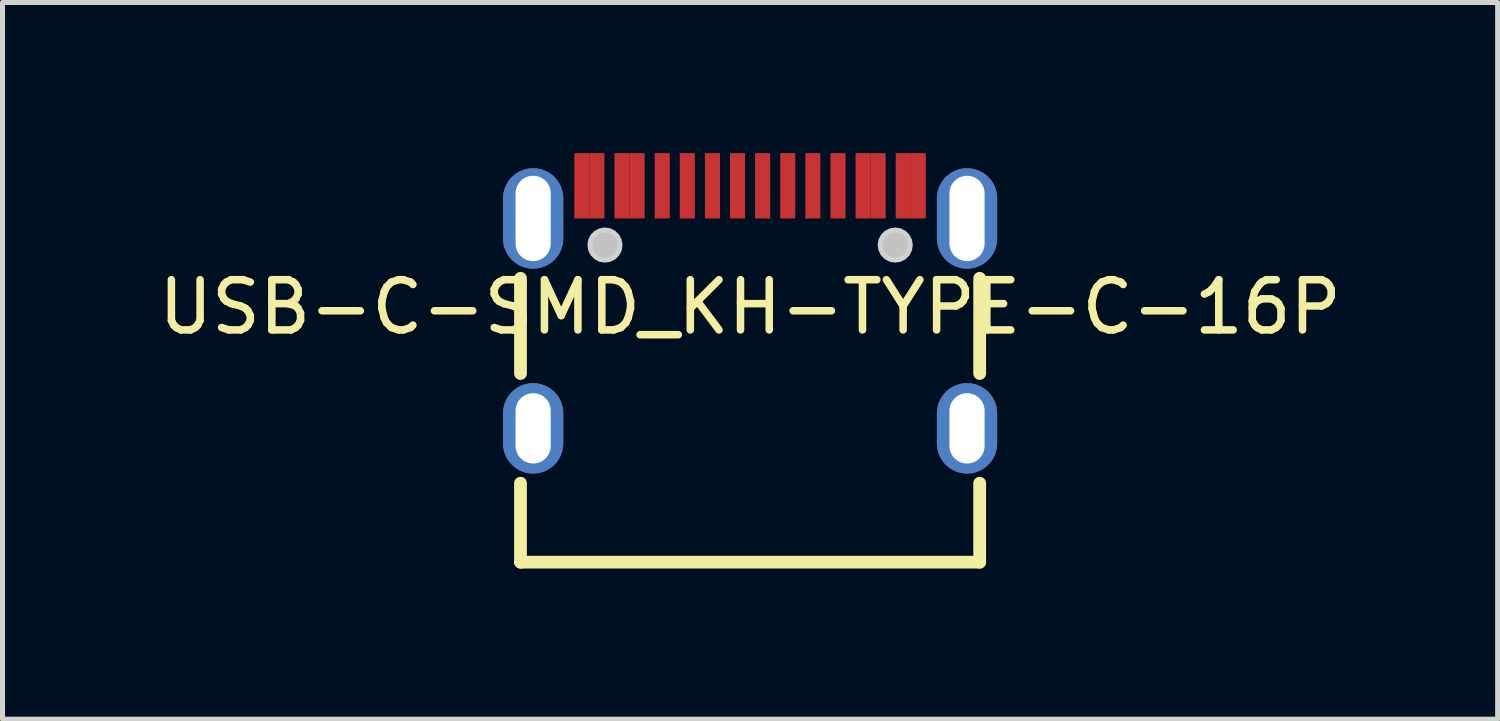
<source format=kicad_pcb>
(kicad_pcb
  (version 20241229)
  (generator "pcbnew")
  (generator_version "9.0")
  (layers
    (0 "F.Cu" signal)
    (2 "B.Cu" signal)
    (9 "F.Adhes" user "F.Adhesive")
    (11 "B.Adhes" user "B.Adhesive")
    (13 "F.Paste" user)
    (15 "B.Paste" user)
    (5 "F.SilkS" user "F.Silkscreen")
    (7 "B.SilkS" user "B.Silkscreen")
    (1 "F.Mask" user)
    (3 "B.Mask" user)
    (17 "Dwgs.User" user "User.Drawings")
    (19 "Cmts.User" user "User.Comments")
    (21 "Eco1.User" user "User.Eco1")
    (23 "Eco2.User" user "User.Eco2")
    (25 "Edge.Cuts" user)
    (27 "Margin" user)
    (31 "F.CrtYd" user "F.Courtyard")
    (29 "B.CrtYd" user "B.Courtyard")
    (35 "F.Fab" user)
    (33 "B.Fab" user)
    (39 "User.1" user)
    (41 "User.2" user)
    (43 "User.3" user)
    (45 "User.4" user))
  (footprint "USB-C-SMD_KH-TYPE-C-16P"
    (layer "F.Cu")
    (at 11.887 3.065)
    (property "Reference" "USB-C-SMD_KH-TYPE-C-16P" (at 0 0 0) (unlocked yes) (layer "F.SilkS") (effects (font (size 1 1) (thickness 0.15))))
    (fp_line (start -4.572 -0.573) (end -4.572 1.323) (stroke (width 0.254) (type default)) (layer "F.SilkS"))
    (fp_line (start -4.572 3.507) (end -4.572 5.08) (stroke (width 0.254) (type default)) (layer "F.SilkS"))
    (fp_line (start -4.572 5.08) (end 4.572 5.08) (stroke (width 0.254) (type default)) (layer "F.SilkS"))
    (fp_line (start 4.572 1.323) (end 4.572 -0.573) (stroke (width 0.254) (type default)) (layer "F.SilkS"))
    (fp_line (start 4.572 5.08) (end 4.572 3.507) (stroke (width 0.254) (type default)) (layer "F.SilkS"))
    (fp_poly (pts (xy -1.6 -1.765) (xy -1.6 -3.065) (xy -1.9 -3.065) (xy -1.9 -1.765)) (stroke (width 0) (type default)) (fill yes) (layer "F.Paste"))
    (fp_poly (pts (xy -1.4 -3.065) (xy -1.4 -1.765) (xy -1.1 -1.765) (xy -1.1 -3.065)) (stroke (width 0) (type default)) (fill yes) (layer "F.Paste"))
    (fp_poly (pts (xy -0.6 -1.765) (xy -0.6 -3.065) (xy -0.9 -3.065) (xy -0.9 -1.765)) (stroke (width 0) (type default)) (fill yes) (layer "F.Paste"))
    (fp_poly (pts (xy -0.4 -3.065) (xy -0.4 -1.765) (xy -0.1 -1.765) (xy -0.1 -3.065)) (stroke (width 0) (type default)) (fill yes) (layer "F.Paste"))
    (fp_poly (pts (xy 0.4 -1.765) (xy 0.4 -3.065) (xy 0.1 -3.065) (xy 0.1 -1.765)) (stroke (width 0) (type default)) (fill yes) (layer "F.Paste"))
    (fp_poly (pts (xy 0.6 -3.065) (xy 0.6 -1.765) (xy 0.9 -1.765) (xy 0.9 -3.065)) (stroke (width 0) (type default)) (fill yes) (layer "F.Paste"))
    (fp_poly (pts (xy 1.399 -1.765) (xy 1.399 -3.065) (xy 1.099 -3.065) (xy 1.099 -1.765)) (stroke (width 0) (type default)) (fill yes) (layer "F.Paste"))
    (fp_poly (pts (xy 1.9 -1.765) (xy 1.9 -3.065) (xy 1.6 -3.065) (xy 1.6 -1.765)) (stroke (width 0) (type default)) (fill yes) (layer "F.Paste"))
    (fp_poly (pts (xy -3.5 -3.065) (xy -3.5 -1.765) (xy -3.2 -1.765) (xy -2.9 -1.765) (xy -2.9 -3.065) (xy -3.2 -3.065)) (stroke (width 0) (type default)) (fill yes) (layer "F.Paste"))
    (fp_poly (pts (xy -2.1 -1.765) (xy -2.1 -3.065) (xy -2.4 -3.065) (xy -2.7 -3.065) (xy -2.7 -1.765) (xy -2.4 -1.765)) (stroke (width 0) (type default)) (fill yes) (layer "F.Paste"))
    (fp_poly (pts (xy 2.7 -1.765) (xy 2.7 -3.065) (xy 2.4 -3.065) (xy 2.1 -3.065) (xy 2.1 -1.765) (xy 2.4 -1.765)) (stroke (width 0) (type default)) (fill yes) (layer "F.Paste"))
    (fp_poly (pts (xy 3.5 -1.765) (xy 3.5 -3.065) (xy 3.2 -3.065) (xy 2.9 -3.065) (xy 2.9 -1.765) (xy 3.2 -1.765)) (stroke (width 0) (type default)) (fill yes) (layer "F.Paste"))
    (fp_poly (pts (xy -4.275 -2.764) (xy -4.305 -2.765) (xy -4.335 -2.765) (xy -4.365 -2.764) (xy -4.394 -2.76) (xy -4.424 -2.756) (xy -4.454 -2.75) (xy -4.482 -2.743) (xy -4.511 -2.734) (xy -4.539 -2.724) (xy -4.567 -2.712) (xy -4.594 -2.699) (xy -4.62 -2.684) (xy -4.646 -2.669) (xy -4.67 -2.652) (xy -4.694 -2.634) (xy -4.717 -2.615) (xy -4.739 -2.595) (xy -4.76 -2.573) (xy -4.779 -2.55) (xy -4.798 -2.527) (xy -4.816 -2.503) (xy -4.832 -2.478) (xy -4.847 -2.452) (xy -4.861 -2.425) (xy -4.873 -2.398) (xy -4.884 -2.37) (xy -4.894 -2.342) (xy -4.902 -2.313) (xy -4.908 -2.284) (xy -4.913 -2.255) (xy -4.917 -2.225) (xy -4.92 -2.195) (xy -4.92 -2.165) (xy -4.92 -1.365) (xy -4.92 -1.335) (xy -4.917 -1.306) (xy -4.913 -1.276) (xy -4.908 -1.246) (xy -4.902 -1.217) (xy -4.894 -1.188) (xy -4.884 -1.16) (xy -4.873 -1.132) (xy -4.861 -1.105) (xy -4.847 -1.078) (xy -4.832 -1.052) (xy -4.816 -1.027) (xy -4.798 -1.003) (xy -4.779 -0.98) (xy -4.76 -0.957) (xy -4.739 -0.935) (xy -4.717 -0.915) (xy -4.694 -0.896) (xy -4.67 -0.878) (xy -4.646 -0.861) (xy -4.62 -0.846) (xy -4.594 -0.831) (xy -4.567 -0.818) (xy -4.539 -0.806) (xy -4.511 -0.796) (xy -4.482 -0.787) (xy -4.454 -0.78) (xy -4.424 -0.774) (xy -4.394 -0.769) (xy -4.365 -0.766) (xy -4.335 -0.765) (xy -4.305 -0.765) (xy -4.275 -0.766) (xy -4.245 -0.769) (xy -4.216 -0.774) (xy -4.186 -0.78) (xy -4.157 -0.787) (xy -4.129 -0.796) (xy -4.101 -0.806) (xy -4.074 -0.818) (xy -4.046 -0.831) (xy -4.02 -0.846) (xy -3.994 -0.861) (xy -3.97 -0.878) (xy -3.946 -0.896) (xy -3.923 -0.915) (xy -3.901 -0.935) (xy -3.88 -0.957) (xy -3.861 -0.98) (xy -3.842 -1.003) (xy -3.825 -1.027) (xy -3.808 -1.052) (xy -3.793 -1.078) (xy -3.78 -1.105) (xy -3.767 -1.132) (xy -3.756 -1.16) (xy -3.747 -1.188) (xy -3.739 -1.217) (xy -3.732 -1.246) (xy -3.727 -1.276) (xy -3.723 -1.306) (xy -3.721 -1.335) (xy -3.72 -1.365) (xy -3.72 -2.165) (xy -3.721 -2.195) (xy -3.723 -2.225) (xy -3.727 -2.255) (xy -3.732 -2.284) (xy -3.739 -2.313) (xy -3.747 -2.342) (xy -3.756 -2.37) (xy -3.767 -2.398) (xy -3.78 -2.425) (xy -3.793 -2.452) (xy -3.808 -2.478) (xy -3.825 -2.503) (xy -3.842 -2.527) (xy -3.861 -2.55) (xy -3.88 -2.573) (xy -3.901 -2.595) (xy -3.923 -2.615) (xy -3.946 -2.634) (xy -3.97 -2.652) (xy -3.994 -2.669) (xy -4.02 -2.684) (xy -4.046 -2.699) (xy -4.074 -2.712) (xy -4.101 -2.724) (xy -4.129 -2.734) (xy -4.157 -2.743) (xy -4.186 -2.75) (xy -4.216 -2.756) (xy -4.245 -2.76)) (stroke (width 0) (type default)) (fill yes) (layer "F.Paste"))
    (fp_poly (pts (xy -4.275 1.516) (xy -4.305 1.515) (xy -4.335 1.515) (xy -4.365 1.516) (xy -4.394 1.52) (xy -4.424 1.524) (xy -4.454 1.53) (xy -4.482 1.538) (xy -4.511 1.546) (xy -4.539 1.556) (xy -4.567 1.568) (xy -4.594 1.581) (xy -4.62 1.595) (xy -4.646 1.611) (xy -4.67 1.628) (xy -4.694 1.646) (xy -4.717 1.665) (xy -4.739 1.685) (xy -4.76 1.707) (xy -4.779 1.73) (xy -4.798 1.753) (xy -4.816 1.777) (xy -4.832 1.802) (xy -4.847 1.828) (xy -4.861 1.855) (xy -4.873 1.882) (xy -4.884 1.91) (xy -4.894 1.938) (xy -4.902 1.967) (xy -4.908 1.996) (xy -4.913 2.026) (xy -4.917 2.055) (xy -4.92 2.085) (xy -4.92 2.115) (xy -4.92 2.715) (xy -4.92 2.745) (xy -4.917 2.775) (xy -4.913 2.804) (xy -4.908 2.834) (xy -4.902 2.863) (xy -4.894 2.892) (xy -4.884 2.92) (xy -4.873 2.948) (xy -4.861 2.975) (xy -4.847 3.002) (xy -4.832 3.028) (xy -4.816 3.053) (xy -4.798 3.078) (xy -4.779 3.1) (xy -4.76 3.123) (xy -4.739 3.144) (xy -4.717 3.165) (xy -4.694 3.184) (xy -4.67 3.202) (xy -4.646 3.219) (xy -4.62 3.235) (xy -4.594 3.249) (xy -4.567 3.262) (xy -4.539 3.273) (xy -4.511 3.284) (xy -4.482 3.292) (xy -4.454 3.3) (xy -4.424 3.306) (xy -4.394 3.311) (xy -4.365 3.313) (xy -4.335 3.315) (xy -4.305 3.315) (xy -4.275 3.313) (xy -4.245 3.311) (xy -4.216 3.306) (xy -4.186 3.3) (xy -4.157 3.292) (xy -4.129 3.284) (xy -4.101 3.273) (xy -4.074 3.262) (xy -4.046 3.249) (xy -4.02 3.235) (xy -3.994 3.219) (xy -3.97 3.202) (xy -3.946 3.184) (xy -3.923 3.165) (xy -3.901 3.144) (xy -3.88 3.123) (xy -3.861 3.1) (xy -3.842 3.078) (xy -3.825 3.053) (xy -3.808 3.028) (xy -3.793 3.002) (xy -3.78 2.975) (xy -3.767 2.948) (xy -3.756 2.92) (xy -3.747 2.892) (xy -3.739 2.863) (xy -3.732 2.834) (xy -3.727 2.804) (xy -3.723 2.775) (xy -3.721 2.745) (xy -3.72 2.715) (xy -3.72 2.115) (xy -3.721 2.085) (xy -3.723 2.055) (xy -3.727 2.026) (xy -3.732 1.996) (xy -3.739 1.967) (xy -3.747 1.938) (xy -3.756 1.91) (xy -3.767 1.882) (xy -3.78 1.855) (xy -3.793 1.828) (xy -3.808 1.802) (xy -3.825 1.777) (xy -3.842 1.753) (xy -3.861 1.73) (xy -3.88 1.707) (xy -3.901 1.685) (xy -3.923 1.665) (xy -3.946 1.646) (xy -3.97 1.628) (xy -3.994 1.611) (xy -4.02 1.595) (xy -4.046 1.581) (xy -4.074 1.568) (xy -4.101 1.556) (xy -4.129 1.546) (xy -4.157 1.538) (xy -4.186 1.53) (xy -4.216 1.524) (xy -4.245 1.52)) (stroke (width 0) (type default)) (fill yes) (layer "F.Paste"))
    (fp_poly (pts (xy 4.365 -2.764) (xy 4.335 -2.765) (xy 4.305 -2.765) (xy 4.275 -2.764) (xy 4.245 -2.76) (xy 4.216 -2.756) (xy 4.186 -2.75) (xy 4.157 -2.743) (xy 4.129 -2.734) (xy 4.101 -2.724) (xy 4.074 -2.712) (xy 4.046 -2.699) (xy 4.02 -2.684) (xy 3.994 -2.669) (xy 3.97 -2.652) (xy 3.946 -2.634) (xy 3.923 -2.615) (xy 3.901 -2.595) (xy 3.88 -2.573) (xy 3.861 -2.55) (xy 3.842 -2.527) (xy 3.825 -2.503) (xy 3.808 -2.478) (xy 3.793 -2.452) (xy 3.78 -2.425) (xy 3.767 -2.398) (xy 3.756 -2.37) (xy 3.747 -2.342) (xy 3.739 -2.313) (xy 3.732 -2.284) (xy 3.727 -2.255) (xy 3.723 -2.225) (xy 3.721 -2.195) (xy 3.72 -2.165) (xy 3.72 -1.365) (xy 3.721 -1.335) (xy 3.723 -1.306) (xy 3.727 -1.276) (xy 3.732 -1.246) (xy 3.739 -1.217) (xy 3.747 -1.188) (xy 3.756 -1.16) (xy 3.767 -1.132) (xy 3.78 -1.105) (xy 3.793 -1.078) (xy 3.808 -1.052) (xy 3.825 -1.027) (xy 3.842 -1.003) (xy 3.861 -0.98) (xy 3.88 -0.957) (xy 3.901 -0.935) (xy 3.923 -0.915) (xy 3.946 -0.896) (xy 3.97 -0.878) (xy 3.994 -0.861) (xy 4.02 -0.846) (xy 4.046 -0.831) (xy 4.074 -0.818) (xy 4.101 -0.806) (xy 4.129 -0.796) (xy 4.157 -0.787) (xy 4.186 -0.78) (xy 4.216 -0.774) (xy 4.245 -0.769) (xy 4.275 -0.766) (xy 4.305 -0.765) (xy 4.335 -0.765) (xy 4.365 -0.766) (xy 4.394 -0.769) (xy 4.424 -0.774) (xy 4.454 -0.78) (xy 4.482 -0.787) (xy 4.511 -0.796) (xy 4.539 -0.806) (xy 4.567 -0.818) (xy 4.594 -0.831) (xy 4.62 -0.846) (xy 4.646 -0.861) (xy 4.67 -0.878) (xy 4.694 -0.896) (xy 4.717 -0.915) (xy 4.739 -0.935) (xy 4.76 -0.957) (xy 4.779 -0.98) (xy 4.798 -1.003) (xy 4.816 -1.027) (xy 4.832 -1.052) (xy 4.847 -1.078) (xy 4.861 -1.105) (xy 4.873 -1.132) (xy 4.884 -1.16) (xy 4.894 -1.188) (xy 4.902 -1.217) (xy 4.908 -1.246) (xy 4.913 -1.276) (xy 4.917 -1.306) (xy 4.92 -1.335) (xy 4.92 -1.365) (xy 4.92 -2.165) (xy 4.92 -2.195) (xy 4.917 -2.225) (xy 4.913 -2.255) (xy 4.908 -2.284) (xy 4.902 -2.313) (xy 4.894 -2.342) (xy 4.884 -2.37) (xy 4.873 -2.398) (xy 4.861 -2.425) (xy 4.847 -2.452) (xy 4.832 -2.478) (xy 4.816 -2.503) (xy 4.798 -2.527) (xy 4.779 -2.55) (xy 4.76 -2.573) (xy 4.739 -2.595) (xy 4.717 -2.615) (xy 4.694 -2.634) (xy 4.67 -2.652) (xy 4.646 -2.669) (xy 4.62 -2.684) (xy 4.594 -2.699) (xy 4.567 -2.712) (xy 4.539 -2.724) (xy 4.511 -2.734) (xy 4.482 -2.743) (xy 4.454 -2.75) (xy 4.424 -2.756) (xy 4.394 -2.76)) (stroke (width 0) (type default)) (fill yes) (layer "F.Paste"))
    (fp_poly (pts (xy 4.365 1.516) (xy 4.335 1.515) (xy 4.305 1.515) (xy 4.275 1.516) (xy 4.245 1.52) (xy 4.216 1.524) (xy 4.186 1.53) (xy 4.157 1.538) (xy 4.129 1.546) (xy 4.101 1.556) (xy 4.074 1.568) (xy 4.046 1.581) (xy 4.02 1.595) (xy 3.994 1.611) (xy 3.97 1.628) (xy 3.946 1.646) (xy 3.923 1.665) (xy 3.901 1.685) (xy 3.88 1.707) (xy 3.861 1.73) (xy 3.842 1.753) (xy 3.825 1.777) (xy 3.808 1.802) (xy 3.793 1.828) (xy 3.78 1.855) (xy 3.767 1.882) (xy 3.756 1.91) (xy 3.747 1.938) (xy 3.739 1.967) (xy 3.732 1.996) (xy 3.727 2.026) (xy 3.723 2.055) (xy 3.721 2.085) (xy 3.72 2.115) (xy 3.72 2.715) (xy 3.721 2.745) (xy 3.723 2.775) (xy 3.727 2.804) (xy 3.732 2.834) (xy 3.739 2.863) (xy 3.747 2.892) (xy 3.756 2.92) (xy 3.767 2.948) (xy 3.78 2.975) (xy 3.793 3.002) (xy 3.808 3.028) (xy 3.825 3.053) (xy 3.842 3.078) (xy 3.861 3.1) (xy 3.88 3.123) (xy 3.901 3.144) (xy 3.923 3.165) (xy 3.946 3.184) (xy 3.97 3.202) (xy 3.994 3.219) (xy 4.02 3.235) (xy 4.046 3.249) (xy 4.074 3.262) (xy 4.101 3.273) (xy 4.129 3.284) (xy 4.157 3.292) (xy 4.186 3.3) (xy 4.216 3.306) (xy 4.245 3.311) (xy 4.275 3.313) (xy 4.305 3.315) (xy 4.335 3.315) (xy 4.365 3.313) (xy 4.394 3.311) (xy 4.424 3.306) (xy 4.454 3.3) (xy 4.482 3.292) (xy 4.511 3.284) (xy 4.539 3.273) (xy 4.567 3.262) (xy 4.594 3.249) (xy 4.62 3.235) (xy 4.646 3.219) (xy 4.67 3.202) (xy 4.694 3.184) (xy 4.717 3.165) (xy 4.739 3.144) (xy 4.76 3.123) (xy 4.779 3.1) (xy 4.798 3.078) (xy 4.816 3.053) (xy 4.832 3.028) (xy 4.847 3.002) (xy 4.861 2.975) (xy 4.873 2.948) (xy 4.884 2.92) (xy 4.894 2.892) (xy 4.902 2.863) (xy 4.908 2.834) (xy 4.913 2.804) (xy 4.917 2.775) (xy 4.92 2.745) (xy 4.92 2.715) (xy 4.92 2.115) (xy 4.92 2.085) (xy 4.917 2.055) (xy 4.913 2.026) (xy 4.908 1.996) (xy 4.902 1.967) (xy 4.894 1.938) (xy 4.884 1.91) (xy 4.873 1.882) (xy 4.861 1.855) (xy 4.847 1.828) (xy 4.832 1.802) (xy 4.816 1.777) (xy 4.798 1.753) (xy 4.779 1.73) (xy 4.76 1.707) (xy 4.739 1.685) (xy 4.717 1.665) (xy 4.694 1.646) (xy 4.67 1.628) (xy 4.646 1.611) (xy 4.62 1.595) (xy 4.594 1.581) (xy 4.567 1.568) (xy 4.539 1.556) (xy 4.511 1.546) (xy 4.482 1.538) (xy 4.454 1.53) (xy 4.424 1.524) (xy 4.394 1.52)) (stroke (width 0) (type default)) (fill yes) (layer "F.Paste"))
    (fp_circle (center -2.89 -1.235) (end -2.765 -1.235) (stroke (width 0.25) (type default)) (fill no) (layer "Dwgs.User"))
    (fp_circle (center 2.89 -1.235) (end 3.015 -1.235) (stroke (width 0.25) (type default)) (fill no) (layer "Dwgs.User"))
    (fp_poly (pts (xy -2.54 -1.235) (xy -2.557 -1.343) (xy -2.607 -1.441) (xy -2.684 -1.518) (xy -2.782 -1.568) (xy -2.89 -1.585) (xy -2.998 -1.568) (xy -3.096 -1.518) (xy -3.173 -1.441) (xy -3.223 -1.343) (xy -3.24 -1.235) (xy -3.223 -1.127) (xy -3.173 -1.029) (xy -3.096 -0.952) (xy -2.998 -0.902) (xy -2.89 -0.885) (xy -2.782 -0.902) (xy -2.684 -0.952) (xy -2.607 -1.029) (xy -2.557 -1.127)) (stroke (width 0) (type default)) (fill yes) (layer "Edge.Cuts"))
    (fp_poly (pts (xy 3.24 -1.235) (xy 3.223 -1.343) (xy 3.173 -1.441) (xy 3.096 -1.518) (xy 2.998 -1.568) (xy 2.89 -1.585) (xy 2.782 -1.568) (xy 2.684 -1.518) (xy 2.607 -1.441) (xy 2.557 -1.343) (xy 2.54 -1.235) (xy 2.557 -1.127) (xy 2.607 -1.029) (xy 2.684 -0.952) (xy 2.782 -0.902) (xy 2.89 -0.885) (xy 2.998 -0.902) (xy 3.096 -0.952) (xy 3.173 -1.029) (xy 3.223 -1.127)) (stroke (width 0) (type default)) (fill yes) (layer "Edge.Cuts"))
    (fp_poly (pts (xy -4.47 -2.315) (xy -4.17 -2.315) (xy -4.17 -1.215) (xy -4.47 -1.215)) (stroke (width 0.1) (type default)) (fill no) (layer "User.1"))
    (fp_poly (pts (xy -4.47 2.015) (xy -4.17 2.015) (xy -4.17 2.815) (xy -4.47 2.815)) (stroke (width 0.1) (type default)) (fill no) (layer "User.1"))
    (fp_poly (pts (xy -3.4 -2.76) (xy -3.2 -2.76) (xy -3.2 -1.76) (xy -3.4 -1.76)) (stroke (width 0.1) (type default)) (fill no) (layer "User.1"))
    (fp_poly (pts (xy -3.2 -2.76) (xy -3 -2.76) (xy -3 -1.76) (xy -3.2 -1.76)) (stroke (width 0.1) (type default)) (fill no) (layer "User.1"))
    (fp_poly (pts (xy -2.6 -2.76) (xy -2.4 -2.76) (xy -2.4 -1.76) (xy -2.6 -1.76)) (stroke (width 0.1) (type default)) (fill no) (layer "User.1"))
    (fp_poly (pts (xy -2.4 -2.76) (xy -2.2 -2.76) (xy -2.2 -1.76) (xy -2.4 -1.76)) (stroke (width 0.1) (type default)) (fill no) (layer "User.1"))
    (fp_poly (pts (xy -1.85 -2.76) (xy -1.65 -2.76) (xy -1.65 -1.76) (xy -1.85 -1.76)) (stroke (width 0.1) (type default)) (fill no) (layer "User.1"))
    (fp_poly (pts (xy -1.35 -2.76) (xy -1.15 -2.76) (xy -1.15 -1.76) (xy -1.35 -1.76)) (stroke (width 0.1) (type default)) (fill no) (layer "User.1"))
    (fp_poly (pts (xy -0.85 -2.76) (xy -0.65 -2.76) (xy -0.65 -1.76) (xy -0.85 -1.76)) (stroke (width 0.1) (type default)) (fill no) (layer "User.1"))
    (fp_poly (pts (xy -0.35 -2.76) (xy -0.15 -2.76) (xy -0.15 -1.76) (xy -0.35 -1.76)) (stroke (width 0.1) (type default)) (fill no) (layer "User.1"))
    (fp_poly (pts (xy 0.15 -2.76) (xy 0.35 -2.76) (xy 0.35 -1.76) (xy 0.15 -1.76)) (stroke (width 0.1) (type default)) (fill no) (layer "User.1"))
    (fp_poly (pts (xy 0.65 -2.76) (xy 0.85 -2.76) (xy 0.85 -1.76) (xy 0.65 -1.76)) (stroke (width 0.1) (type default)) (fill no) (layer "User.1"))
    (fp_poly (pts (xy 1.149 -2.76) (xy 1.349 -2.76) (xy 1.349 -1.76) (xy 1.149 -1.76)) (stroke (width 0.1) (type default)) (fill no) (layer "User.1"))
    (fp_poly (pts (xy 1.65 -2.76) (xy 1.85 -2.76) (xy 1.85 -1.76) (xy 1.65 -1.76)) (stroke (width 0.1) (type default)) (fill no) (layer "User.1"))
    (fp_poly (pts (xy 2.2 -2.76) (xy 2.4 -2.76) (xy 2.4 -1.76) (xy 2.2 -1.76)) (stroke (width 0.1) (type default)) (fill no) (layer "User.1"))
    (fp_poly (pts (xy 2.4 -2.76) (xy 2.6 -2.76) (xy 2.6 -1.76) (xy 2.4 -1.76)) (stroke (width 0.1) (type default)) (fill no) (layer "User.1"))
    (fp_poly (pts (xy 3 -2.76) (xy 3.2 -2.76) (xy 3.2 -1.76) (xy 3 -1.76)) (stroke (width 0.1) (type default)) (fill no) (layer "User.1"))
    (fp_poly (pts (xy 3.2 -2.76) (xy 3.4 -2.76) (xy 3.4 -1.76) (xy 3.2 -1.76)) (stroke (width 0.1) (type default)) (fill no) (layer "User.1"))
    (fp_poly (pts (xy 4.17 -2.315) (xy 4.47 -2.315) (xy 4.47 -1.215) (xy 4.17 -1.215)) (stroke (width 0.1) (type default)) (fill no) (layer "User.1"))
    (fp_poly (pts (xy 4.17 2.015) (xy 4.47 2.015) (xy 4.47 2.815) (xy 4.17 2.815)) (stroke (width 0.1) (type default)) (fill no) (layer "User.1"))
    (fp_line (start -4.47 -2.47) (end 4.47 -2.47) (stroke (width 0.051) (type default)) (layer "User.2"))
    (fp_line (start -4.47 5.08) (end -4.47 -2.47) (stroke (width 0.051) (type default)) (layer "User.2"))
    (fp_line (start 4.47 -2.47) (end 4.47 5.08) (stroke (width 0.051) (type default)) (layer "User.2"))
    (fp_line (start 4.47 5.08) (end -4.47 5.08) (stroke (width 0.051) (type default)) (layer "User.2"))
    (fp_poly (pts (xy -4.41 -2.76) (xy -4.428 -2.802) (xy -4.47 -2.82) (xy -4.512 -2.802) (xy -4.53 -2.76) (xy -4.512 -2.718) (xy -4.47 -2.7) (xy -4.428 -2.718)) (stroke (width 0.1) (type default)) (fill no) (layer "User.3"))
    (pad "1" thru_hole oval (at -4.32 -1.765) (size 1.2 2) (drill oval 0.7 1.7) (layers "*.Cu" "*.Mask"))
    (pad "2" thru_hole oval (at 4.32 -1.765) (size 1.2 2) (drill oval 0.7 1.7) (layers "*.Cu" "*.Mask"))
    (pad "3" thru_hole oval (at -4.32 2.415) (size 1.2 1.8) (drill oval 0.7 1.4) (layers "*.Cu" "*.Mask"))
    (pad "4" thru_hole oval (at 4.32 2.415) (size 1.2 1.8) (drill oval 0.7 1.4) (layers "*.Cu" "*.Mask"))
    (pad "A1" smd rect (at -3.35 -2.415) (size 0.3 1.3) (layers "F.Cu" "F.Mask" "F.Paste"))
    (pad "A4" smd rect (at -2.55 -2.415) (size 0.3 1.3) (layers "F.Cu" "F.Mask" "F.Paste"))
    (pad "A5" smd rect (at -1.25 -2.415) (size 0.3 1.3) (layers "F.Cu" "F.Mask" "F.Paste"))
    (pad "A6" smd rect (at -0.25 -2.415) (size 0.3 1.3) (layers "F.Cu" "F.Mask" "F.Paste"))
    (pad "A7" smd rect (at 0.25 -2.415) (size 0.3 1.3) (layers "F.Cu" "F.Mask" "F.Paste"))
    (pad "A8" smd rect (at 1.25 -2.415) (size 0.3 1.3) (layers "F.Cu" "F.Mask" "F.Paste"))
    (pad "A9" smd rect (at 2.55 -2.415) (size 0.3 1.3) (layers "F.Cu" "F.Mask" "F.Paste"))
    (pad "A12" smd rect (at 3.35 -2.415) (size 0.3 1.3) (layers "F.Cu" "F.Mask" "F.Paste"))
    (pad "B1" smd rect (at 3.05 -2.415) (size 0.3 1.3) (layers "F.Cu" "F.Mask" "F.Paste"))
    (pad "B4" smd rect (at 2.25 -2.415) (size 0.3 1.3) (layers "F.Cu" "F.Mask" "F.Paste"))
    (pad "B5" smd rect (at 1.75 -2.415) (size 0.3 1.3) (layers "F.Cu" "F.Mask" "F.Paste"))
    (pad "B6" smd rect (at 0.75 -2.415) (size 0.3 1.3) (layers "F.Cu" "F.Mask" "F.Paste"))
    (pad "B7" smd rect (at -0.75 -2.415) (size 0.3 1.3) (layers "F.Cu" "F.Mask" "F.Paste"))
    (pad "B8" smd rect (at -1.75 -2.415) (size 0.3 1.3) (layers "F.Cu" "F.Mask" "F.Paste"))
    (pad "B9" smd rect (at -2.25 -2.415) (size 0.3 1.3) (layers "F.Cu" "F.Mask" "F.Paste"))
    (pad "B12" smd rect (at -3.05 -2.415) (size 0.3 1.3) (layers "F.Cu" "F.Mask" "F.Paste")))
  (gr_rect
    (start -3 -3)
    (end 26.774 11.272)
    (stroke (width 0.1) (type default))
    (fill no)
    (layer "Edge.Cuts")))
</source>
